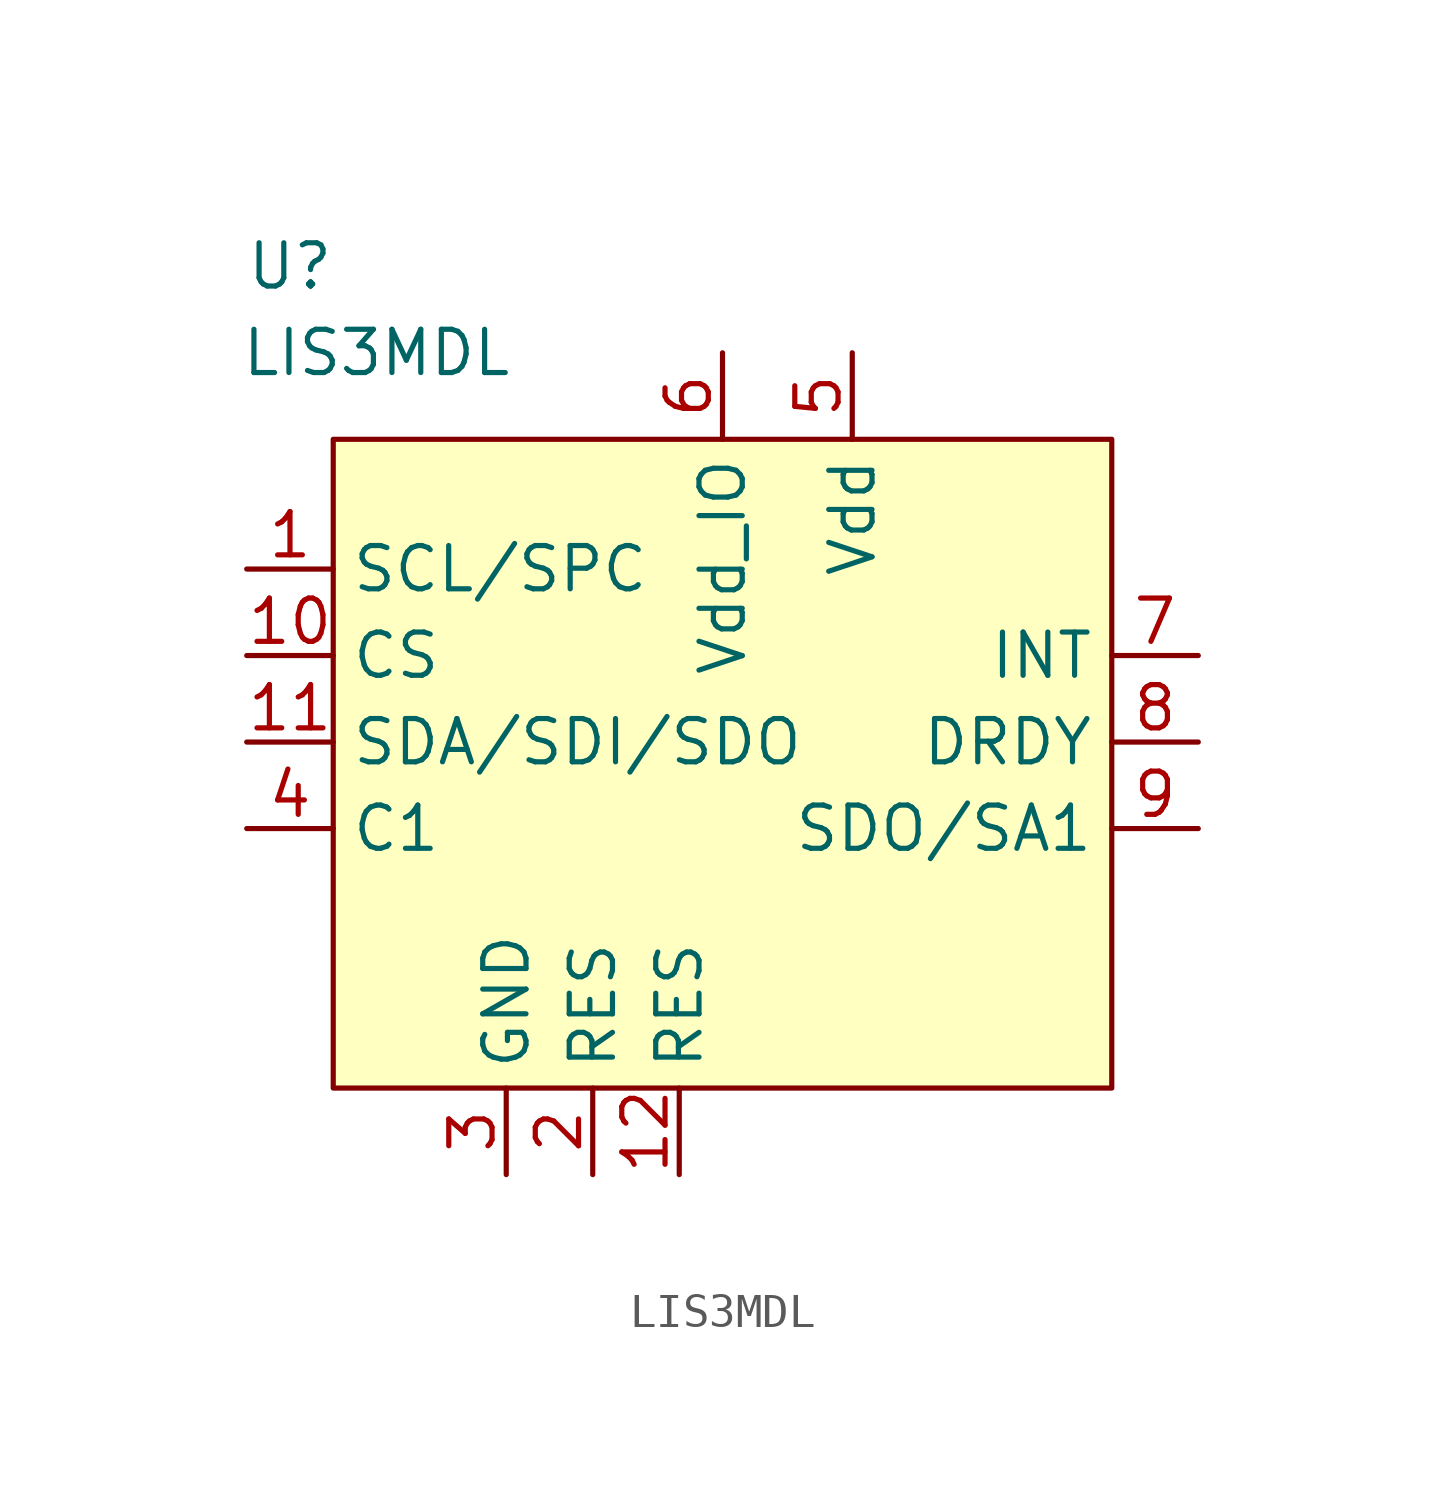
<source format=kicad_sym>
(kicad_symbol_lib
  (version 20211014)
  (generator kicad_symbol_editor)
  (symbol "LIS3MDL"
    (property "Reference" "U"
      (at -10.16 5.08 0)
      (effects (font (size 1.27 1.27))))
    (property "Value" "LIS3MDL"
      (at -7.62 2.54 0)
      (effects (font (size 1.27 1.27))))
    (symbol "LIS3MDL_0_1"
      (rectangle (start -8.89 0) (end 13.97 -19.05) (stroke (width 0.152) (type default) (color 0 0 0 0)) (fill (type background))))
    (symbol "LIS3MDL_1_1"
      (pin input line (at -11.43 -3.81 0) (length 2.54) (name "SCL/SPC" (effects (font (size 1.27 1.27)))) (number "1" (effects (font (size 1.27 1.27)))))
      (pin input line (at -11.43 -6.35 0) (length 2.54) (name "CS" (effects (font (size 1.27 1.27)))) (number "10" (effects (font (size 1.27 1.27)))))
      (pin bidirectional line (at -11.43 -8.89 0) (length 2.54) (name "SDA/SDI/SDO" (effects (font (size 1.27 1.27)))) (number "11" (effects (font (size 1.27 1.27)))))
      (pin input line (at 1.27 -21.59 90) (length 2.54) (name "RES" (effects (font (size 1.27 1.27)))) (number "12" (effects (font (size 1.27 1.27)))))
      (pin input line (at -1.27 -21.59 90) (length 2.54) (name "RES" (effects (font (size 1.27 1.27)))) (number "2" (effects (font (size 1.27 1.27)))))
      (pin power_in line (at -3.81 -21.59 90) (length 2.54) (name "GND" (effects (font (size 1.27 1.27)))) (number "3" (effects (font (size 1.27 1.27)))))
      (pin bidirectional line (at -11.43 -11.43 0) (length 2.54) (name "C1" (effects (font (size 1.27 1.27)))) (number "4" (effects (font (size 1.27 1.27)))))
      (pin power_in line (at 6.35 2.54 270) (length 2.54) (name "Vdd" (effects (font (size 1.27 1.27)))) (number "5" (effects (font (size 1.27 1.27)))))
      (pin power_in line (at 2.54 2.54 270) (length 2.54) (name "Vdd_IO" (effects (font (size 1.27 1.27)))) (number "6" (effects (font (size 1.27 1.27)))))
      (pin output line (at 16.51 -6.35 180) (length 2.54) (name "INT" (effects (font (size 1.27 1.27)))) (number "7" (effects (font (size 1.27 1.27)))))
      (pin output line (at 16.51 -8.89 180) (length 2.54) (name "DRDY" (effects (font (size 1.27 1.27)))) (number "8" (effects (font (size 1.27 1.27)))))
      (pin bidirectional line (at 16.51 -11.43 180) (length 2.54) (name "SDO/SA1" (effects (font (size 1.27 1.27)))) (number "9" (effects (font (size 1.27 1.27))))))))
</source>
